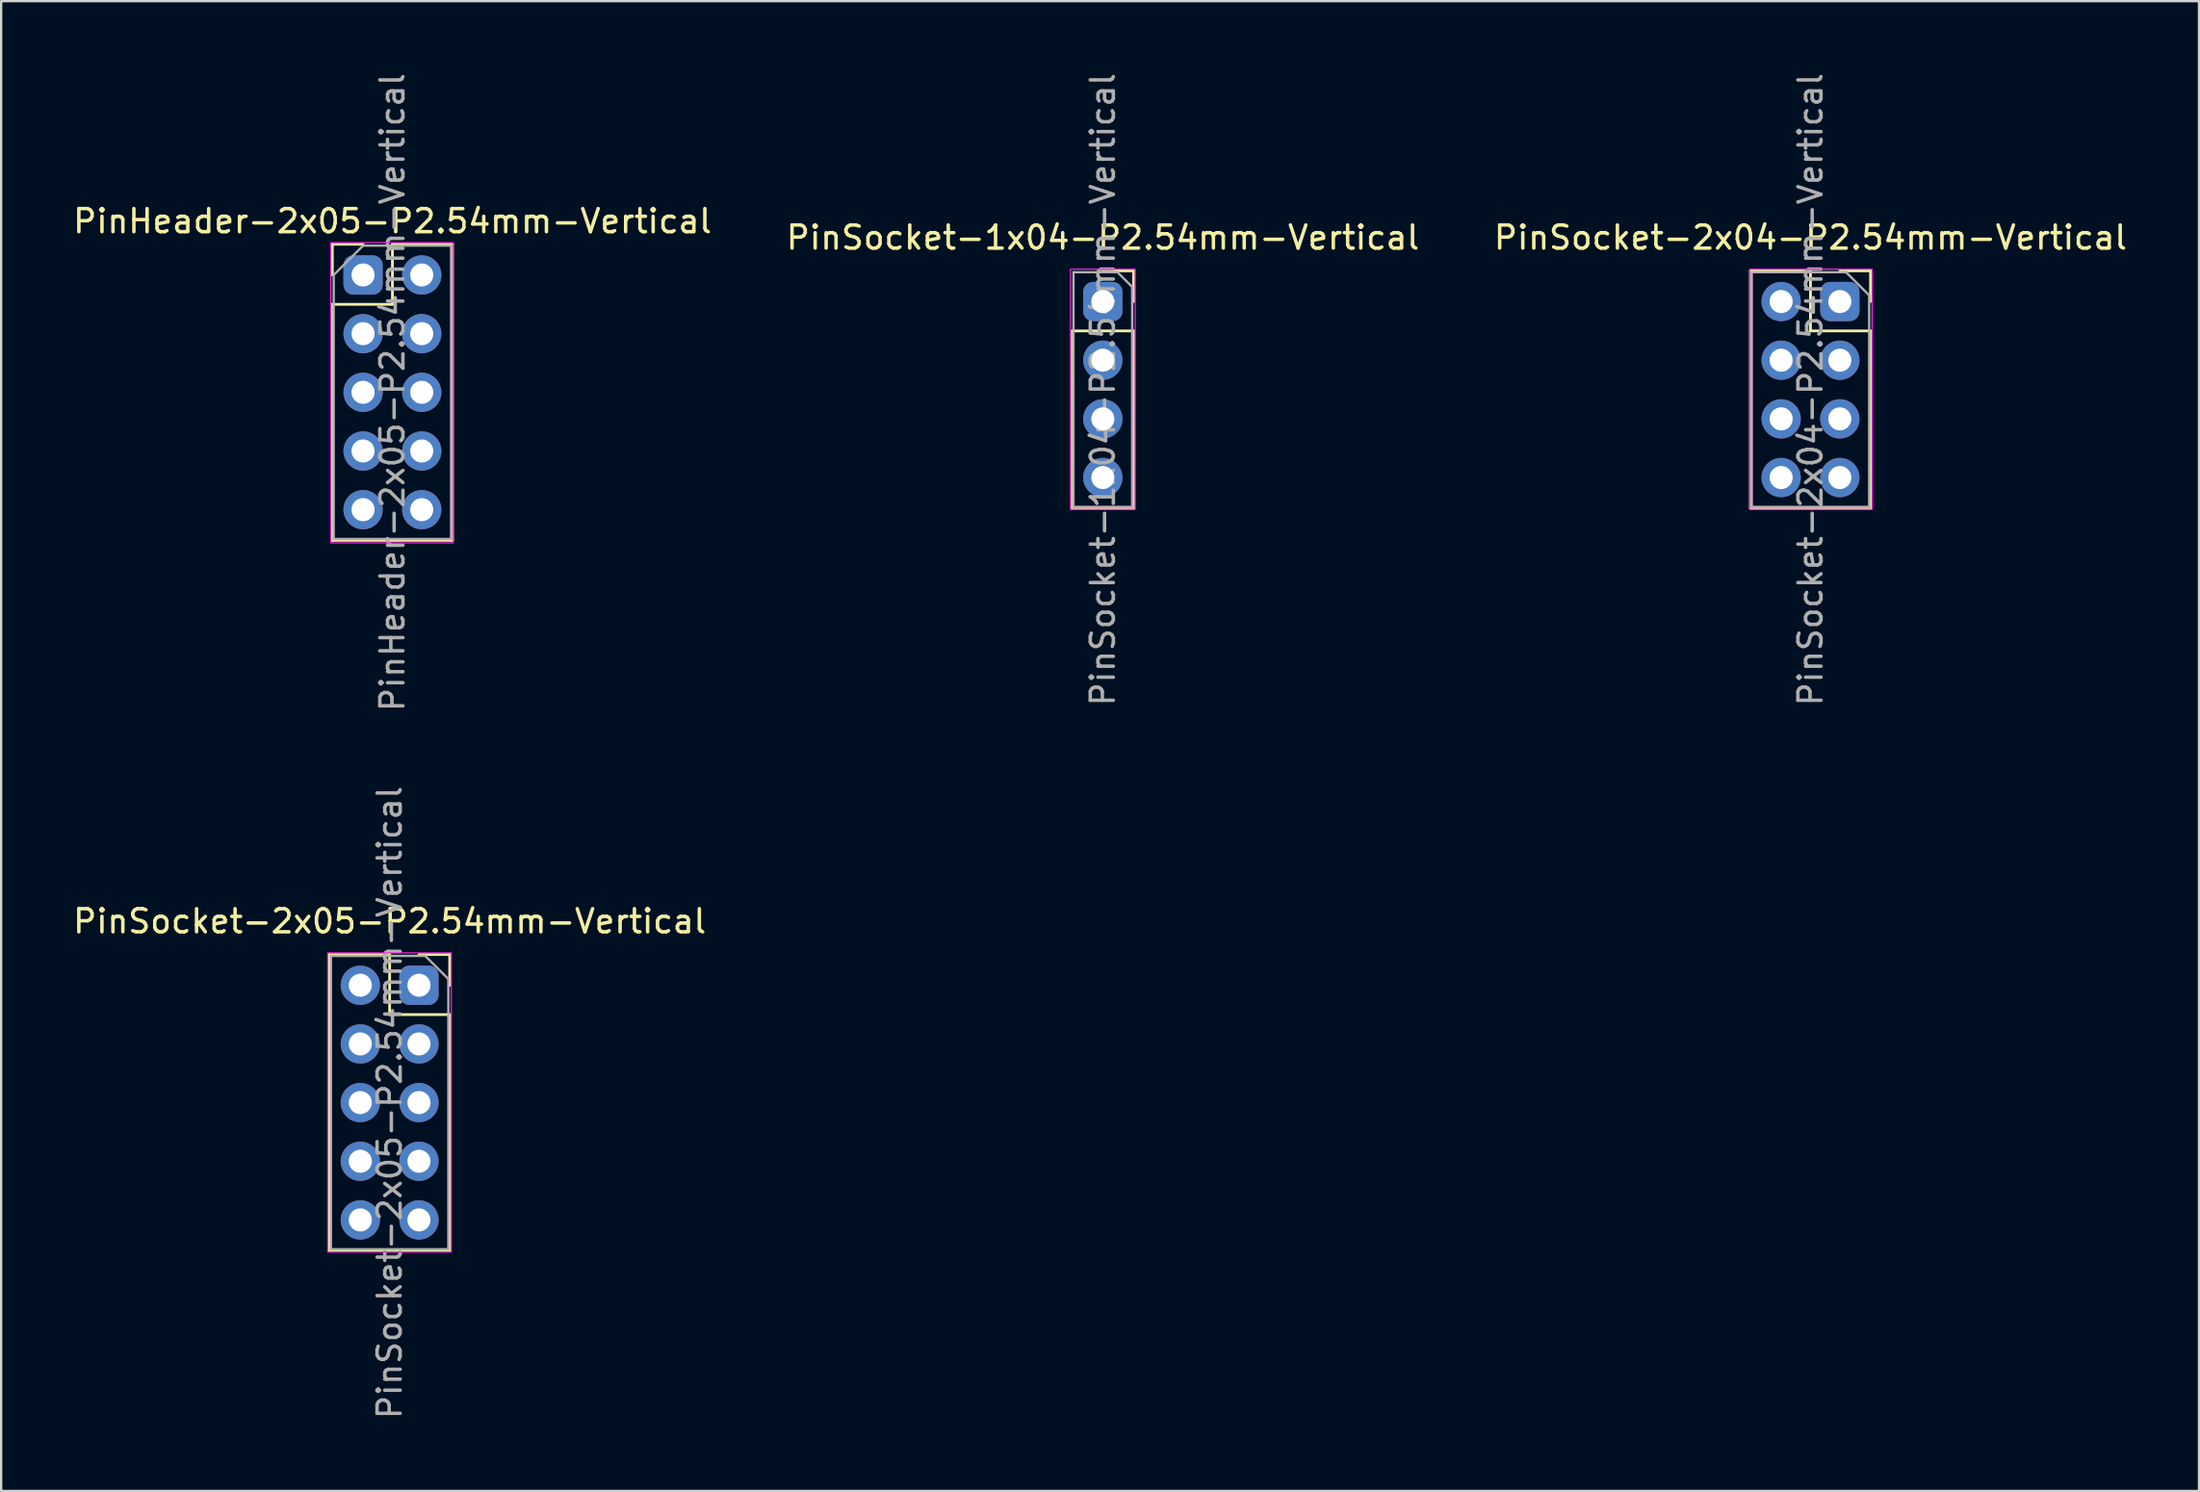
<source format=kicad_pcb>
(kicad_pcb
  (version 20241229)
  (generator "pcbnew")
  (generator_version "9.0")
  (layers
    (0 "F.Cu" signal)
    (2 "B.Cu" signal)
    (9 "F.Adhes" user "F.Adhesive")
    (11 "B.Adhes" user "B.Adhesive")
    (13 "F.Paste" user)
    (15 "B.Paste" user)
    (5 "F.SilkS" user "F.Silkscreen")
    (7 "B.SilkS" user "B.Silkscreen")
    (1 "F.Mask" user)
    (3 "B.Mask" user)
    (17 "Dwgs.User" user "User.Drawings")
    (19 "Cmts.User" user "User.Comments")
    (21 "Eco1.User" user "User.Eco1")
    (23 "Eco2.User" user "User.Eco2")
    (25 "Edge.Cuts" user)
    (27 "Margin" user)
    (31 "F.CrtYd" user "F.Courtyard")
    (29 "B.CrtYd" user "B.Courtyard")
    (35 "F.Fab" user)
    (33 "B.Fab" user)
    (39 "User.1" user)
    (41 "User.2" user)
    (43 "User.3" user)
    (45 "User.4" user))
  (footprint "PinSocket-2x04-P2.54mm-Vertical"
    (layer "F.Cu")
    (at 76.585 10.005)
    (property "Reference" "PinSocket-2x04-P2.54mm-Vertical" (at -1.27 -2.77 0) (layer "F.SilkS") (effects (font (size 1 1) (thickness 0.15))))
    (attr through_hole)
    (fp_line (start -3.87 -1.33) (end -3.87 8.95) (stroke (width 0.12) (type solid)) (layer "F.SilkS"))
    (fp_line (start -3.87 -1.33) (end -1.27 -1.33) (stroke (width 0.12) (type solid)) (layer "F.SilkS"))
    (fp_line (start -3.87 8.95) (end 1.33 8.95) (stroke (width 0.12) (type solid)) (layer "F.SilkS"))
    (fp_line (start -1.27 -1.33) (end -1.27 1.27) (stroke (width 0.12) (type solid)) (layer "F.SilkS"))
    (fp_line (start -1.27 1.27) (end 1.33 1.27) (stroke (width 0.12) (type solid)) (layer "F.SilkS"))
    (fp_line (start 0 -1.33) (end 1.33 -1.33) (stroke (width 0.12) (type solid)) (layer "F.SilkS"))
    (fp_line (start 1.33 -1.33) (end 1.33 0) (stroke (width 0.12) (type solid)) (layer "F.SilkS"))
    (fp_line (start 1.33 1.27) (end 1.33 8.95) (stroke (width 0.12) (type solid)) (layer "F.SilkS"))
    (fp_rect (start -3.9 -1.4) (end 1.4 9) (stroke (width 0.05) (type solid)) (fill no) (layer "F.CrtYd"))
    (fp_line (start -3.81 -1.27) (end 0.27 -1.27) (stroke (width 0.1) (type solid)) (layer "F.Fab"))
    (fp_line (start -3.81 8.89) (end -3.81 -1.27) (stroke (width 0.1) (type solid)) (layer "F.Fab"))
    (fp_line (start 0.27 -1.27) (end 1.27 -0.27) (stroke (width 0.1) (type solid)) (layer "F.Fab"))
    (fp_line (start 1.27 -0.27) (end 1.27 8.89) (stroke (width 0.1) (type solid)) (layer "F.Fab"))
    (fp_line (start 1.27 8.89) (end -3.81 8.89) (stroke (width 0.1) (type solid)) (layer "F.Fab"))
    (fp_text user "${REFERENCE}" (at -1.27 3.81 90) (layer "F.Fab") (effects (font (size 1 1) (thickness 0.15))))
    (pad "1" thru_hole roundrect (at 0 0) (size 1.7 1.7) (drill 1) (layers "*.Cu" "*.Mask") (roundrect_rratio 0.25))
    (pad "2" thru_hole oval (at -2.54 0) (size 1.7 1.7) (drill 1) (layers "*.Cu" "*.Mask"))
    (pad "3" thru_hole oval (at 0 2.54) (size 1.7 1.7) (drill 1) (layers "*.Cu" "*.Mask"))
    (pad "4" thru_hole oval (at -2.54 2.54) (size 1.7 1.7) (drill 1) (layers "*.Cu" "*.Mask"))
    (pad "5" thru_hole oval (at 0 5.08) (size 1.7 1.7) (drill 1) (layers "*.Cu" "*.Mask"))
    (pad "6" thru_hole oval (at -2.54 5.08) (size 1.7 1.7) (drill 1) (layers "*.Cu" "*.Mask"))
    (pad "7" thru_hole oval (at 0 7.62) (size 1.7 1.7) (drill 1) (layers "*.Cu" "*.Mask"))
    (pad "8" thru_hole oval (at -2.54 7.62) (size 1.7 1.7) (drill 1) (layers "*.Cu" "*.Mask")))
  (footprint "PinSocket-2x05-P2.54mm-Vertical"
    (layer "F.Cu")
    (at 15.085 39.605)
    (property "Reference" "PinSocket-2x05-P2.54mm-Vertical" (at -1.27 -2.77 0) (layer "F.SilkS") (effects (font (size 1 1) (thickness 0.15))))
    (attr through_hole)
    (fp_line (start -3.87 -1.33) (end -3.87 11.49) (stroke (width 0.12) (type solid)) (layer "F.SilkS"))
    (fp_line (start -3.87 -1.33) (end -1.27 -1.33) (stroke (width 0.12) (type solid)) (layer "F.SilkS"))
    (fp_line (start -3.87 11.49) (end 1.33 11.49) (stroke (width 0.12) (type solid)) (layer "F.SilkS"))
    (fp_line (start -1.27 -1.33) (end -1.27 1.27) (stroke (width 0.12) (type solid)) (layer "F.SilkS"))
    (fp_line (start -1.27 1.27) (end 1.33 1.27) (stroke (width 0.12) (type solid)) (layer "F.SilkS"))
    (fp_line (start 0 -1.33) (end 1.33 -1.33) (stroke (width 0.12) (type solid)) (layer "F.SilkS"))
    (fp_line (start 1.33 -1.33) (end 1.33 0) (stroke (width 0.12) (type solid)) (layer "F.SilkS"))
    (fp_line (start 1.33 1.27) (end 1.33 11.49) (stroke (width 0.12) (type solid)) (layer "F.SilkS"))
    (fp_rect (start -3.95 -1.4) (end 1.4 11.55) (stroke (width 0.05) (type solid)) (fill no) (layer "F.CrtYd"))
    (fp_line (start -3.81 -1.27) (end 0.27 -1.27) (stroke (width 0.1) (type solid)) (layer "F.Fab"))
    (fp_line (start -3.81 11.43) (end -3.81 -1.27) (stroke (width 0.1) (type solid)) (layer "F.Fab"))
    (fp_line (start 0.27 -1.27) (end 1.27 -0.27) (stroke (width 0.1) (type solid)) (layer "F.Fab"))
    (fp_line (start 1.27 -0.27) (end 1.27 11.43) (stroke (width 0.1) (type solid)) (layer "F.Fab"))
    (fp_line (start 1.27 11.43) (end -3.81 11.43) (stroke (width 0.1) (type solid)) (layer "F.Fab"))
    (fp_text user "${REFERENCE}" (at -1.27 5.08 90) (layer "F.Fab") (effects (font (size 1 1) (thickness 0.15))))
    (pad "1" thru_hole roundrect (at 0 0) (size 1.7 1.7) (drill 1) (layers "*.Cu" "*.Mask") (roundrect_rratio 0.25))
    (pad "2" thru_hole oval (at -2.54 0) (size 1.7 1.7) (drill 1) (layers "*.Cu" "*.Mask"))
    (pad "3" thru_hole oval (at 0 2.54) (size 1.7 1.7) (drill 1) (layers "*.Cu" "*.Mask"))
    (pad "4" thru_hole oval (at -2.54 2.54) (size 1.7 1.7) (drill 1) (layers "*.Cu" "*.Mask"))
    (pad "5" thru_hole oval (at 0 5.08) (size 1.7 1.7) (drill 1) (layers "*.Cu" "*.Mask"))
    (pad "6" thru_hole oval (at -2.54 5.08) (size 1.7 1.7) (drill 1) (layers "*.Cu" "*.Mask"))
    (pad "7" thru_hole oval (at 0 7.62) (size 1.7 1.7) (drill 1) (layers "*.Cu" "*.Mask"))
    (pad "8" thru_hole oval (at -2.54 7.62) (size 1.7 1.7) (drill 1) (layers "*.Cu" "*.Mask"))
    (pad "9" thru_hole oval (at 0 10.16) (size 1.7 1.7) (drill 1) (layers "*.Cu" "*.Mask"))
    (pad "10" thru_hole oval (at -2.54 10.16) (size 1.7 1.7) (drill 1) (layers "*.Cu" "*.Mask")))
  (footprint "PinSocket-1x04-P2.54mm-Vertical"
    (layer "F.Cu")
    (at 44.685 10.005)
    (property "Reference" "PinSocket-1x04-P2.54mm-Vertical" (at 0 -2.77 0) (layer "F.SilkS") (effects (font (size 1 1) (thickness 0.15))))
    (attr through_hole)
    (fp_line (start -1.33 1.27) (end -1.33 8.95) (stroke (width 0.12) (type solid)) (layer "F.SilkS"))
    (fp_line (start -1.33 1.27) (end 1.33 1.27) (stroke (width 0.12) (type solid)) (layer "F.SilkS"))
    (fp_line (start -1.33 8.95) (end 1.33 8.95) (stroke (width 0.12) (type solid)) (layer "F.SilkS"))
    (fp_line (start 0 -1.33) (end 1.33 -1.33) (stroke (width 0.12) (type solid)) (layer "F.SilkS"))
    (fp_line (start 1.33 -1.33) (end 1.33 0) (stroke (width 0.12) (type solid)) (layer "F.SilkS"))
    (fp_line (start 1.33 1.27) (end 1.33 8.95) (stroke (width 0.12) (type solid)) (layer "F.SilkS"))
    (fp_rect (start -1.4 -1.4) (end 1.4 9) (stroke (width 0.05) (type solid)) (fill no) (layer "F.CrtYd"))
    (fp_line (start -1.27 -1.27) (end 0.635 -1.27) (stroke (width 0.1) (type solid)) (layer "F.Fab"))
    (fp_line (start -1.27 8.89) (end -1.27 -1.27) (stroke (width 0.1) (type solid)) (layer "F.Fab"))
    (fp_line (start 0.635 -1.27) (end 1.27 -0.635) (stroke (width 0.1) (type solid)) (layer "F.Fab"))
    (fp_line (start 1.27 -0.635) (end 1.27 8.89) (stroke (width 0.1) (type solid)) (layer "F.Fab"))
    (fp_line (start 1.27 8.89) (end -1.27 8.89) (stroke (width 0.1) (type solid)) (layer "F.Fab"))
    (fp_text user "${REFERENCE}" (at 0 3.81 90) (layer "F.Fab") (effects (font (size 1 1) (thickness 0.15))))
    (pad "1" thru_hole roundrect (at 0 0) (size 1.7 1.7) (drill 1) (layers "*.Cu" "*.Mask") (roundrect_rratio 0.25))
    (pad "2" thru_hole oval (at 0 2.54) (size 1.7 1.7) (drill 1) (layers "*.Cu" "*.Mask"))
    (pad "3" thru_hole oval (at 0 5.08) (size 1.7 1.7) (drill 1) (layers "*.Cu" "*.Mask"))
    (pad "4" thru_hole oval (at 0 7.62) (size 1.7 1.7) (drill 1) (layers "*.Cu" "*.Mask")))
  (footprint "PinHeader-2x05-P2.54mm-Vertical"
    (layer "F.Cu")
    (at 12.665 8.855)
    (property "Reference" "PinHeader-2x05-P2.54mm-Vertical" (at 1.27 -2.33 0) (layer "F.SilkS") (effects (font (size 1 1) (thickness 0.15))))
    (attr through_hole)
    (fp_line (start -1.33 -1.33) (end 0 -1.33) (stroke (width 0.12) (type solid)) (layer "F.SilkS"))
    (fp_line (start -1.33 0) (end -1.33 -1.33) (stroke (width 0.12) (type solid)) (layer "F.SilkS"))
    (fp_line (start -1.33 1.27) (end -1.33 11.49) (stroke (width 0.12) (type solid)) (layer "F.SilkS"))
    (fp_line (start -1.33 1.27) (end 1.27 1.27) (stroke (width 0.12) (type solid)) (layer "F.SilkS"))
    (fp_line (start -1.33 11.49) (end 3.87 11.49) (stroke (width 0.12) (type solid)) (layer "F.SilkS"))
    (fp_line (start 1.27 -1.33) (end 3.87 -1.33) (stroke (width 0.12) (type solid)) (layer "F.SilkS"))
    (fp_line (start 1.27 1.27) (end 1.27 -1.33) (stroke (width 0.12) (type solid)) (layer "F.SilkS"))
    (fp_line (start 3.87 -1.33) (end 3.87 11.49) (stroke (width 0.12) (type solid)) (layer "F.SilkS"))
    (fp_rect (start -1.4 -1.4) (end 3.9 11.6) (stroke (width 0.05) (type solid)) (fill no) (layer "F.CrtYd"))
    (fp_line (start -1.27 0) (end 0 -1.27) (stroke (width 0.1) (type solid)) (layer "F.Fab"))
    (fp_line (start -1.27 11.43) (end -1.27 0) (stroke (width 0.1) (type solid)) (layer "F.Fab"))
    (fp_line (start 0 -1.27) (end 3.81 -1.27) (stroke (width 0.1) (type solid)) (layer "F.Fab"))
    (fp_line (start 3.81 -1.27) (end 3.81 11.43) (stroke (width 0.1) (type solid)) (layer "F.Fab"))
    (fp_line (start 3.81 11.43) (end -1.27 11.43) (stroke (width 0.1) (type solid)) (layer "F.Fab"))
    (fp_text user "${REFERENCE}" (at 1.27 5.08 90) (layer "F.Fab") (effects (font (size 1 1) (thickness 0.15))))
    (pad "1" thru_hole roundrect (at 0 0) (size 1.7 1.7) (drill 1) (layers "*.Cu" "*.Mask") (roundrect_rratio 0.25))
    (pad "2" thru_hole oval (at 2.54 0) (size 1.7 1.7) (drill 1) (layers "*.Cu" "*.Mask"))
    (pad "3" thru_hole oval (at 0 2.54) (size 1.7 1.7) (drill 1) (layers "*.Cu" "*.Mask"))
    (pad "4" thru_hole oval (at 2.54 2.54) (size 1.7 1.7) (drill 1) (layers "*.Cu" "*.Mask"))
    (pad "5" thru_hole oval (at 0 5.08) (size 1.7 1.7) (drill 1) (layers "*.Cu" "*.Mask"))
    (pad "6" thru_hole oval (at 2.54 5.08) (size 1.7 1.7) (drill 1) (layers "*.Cu" "*.Mask"))
    (pad "7" thru_hole oval (at 0 7.62) (size 1.7 1.7) (drill 1) (layers "*.Cu" "*.Mask"))
    (pad "8" thru_hole oval (at 2.54 7.62) (size 1.7 1.7) (drill 1) (layers "*.Cu" "*.Mask"))
    (pad "9" thru_hole oval (at 0 10.16) (size 1.7 1.7) (drill 1) (layers "*.Cu" "*.Mask"))
    (pad "10" thru_hole oval (at 2.54 10.16) (size 1.7 1.7) (drill 1) (layers "*.Cu" "*.Mask")))
  (gr_rect
    (start -3 -3)
    (end 92.131 61.5)
    (stroke (width 0.1) (type default))
    (fill no)
    (layer "Edge.Cuts")))
</source>
